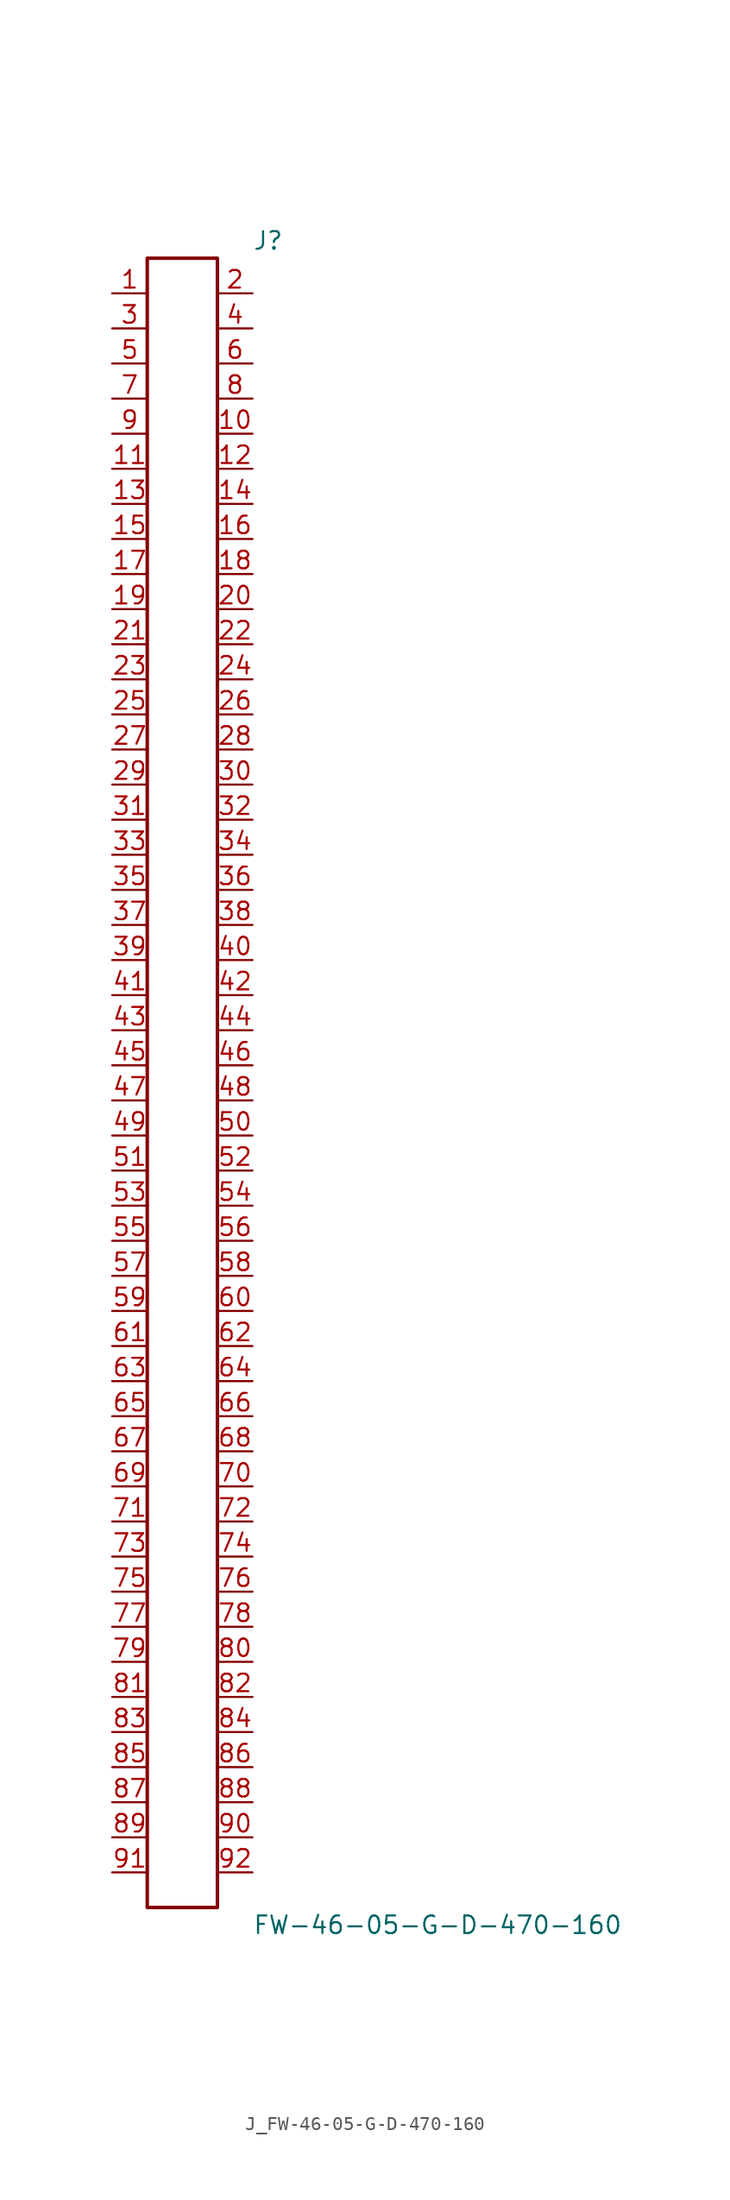
<source format=kicad_sym>
(kicad_symbol_lib
  (version 20231120)
  (generator kicad_symbol_editor)
  (generator_version 8.0)
  (symbol "J_FW-46-05-G-D-470-160"
    (pin_names
      (offset 0.254))
    (property "Reference" "J"
      (at 5.08 60.96 0)
      (effects (font (size 1.27 1.27)) (justify left)))
    (property "Value" "FW-46-05-G-D-470-160"
      (at 5.08 -60.96 0)
      (effects (font (size 1.27 1.27)) (justify left)))
    (symbol "J_FW-46-05-G-D-470-160_0_0"
      (pin unspecified line (at -5.08 57.15 0) (length 2.54) (name "" (effects (font (size 1.27 1.27)))) (number "1" (effects (font (size 1.27 1.27)))))
      (pin unspecified line (at 5.08 57.15 180) (length 2.54) (name "" (effects (font (size 1.27 1.27)))) (number "2" (effects (font (size 1.27 1.27)))))
      (pin unspecified line (at -5.08 54.61 0) (length 2.54) (name "" (effects (font (size 1.27 1.27)))) (number "3" (effects (font (size 1.27 1.27)))))
      (pin unspecified line (at 5.08 54.61 180) (length 2.54) (name "" (effects (font (size 1.27 1.27)))) (number "4" (effects (font (size 1.27 1.27)))))
      (pin unspecified line (at -5.08 52.07 0) (length 2.54) (name "" (effects (font (size 1.27 1.27)))) (number "5" (effects (font (size 1.27 1.27)))))
      (pin unspecified line (at 5.08 52.07 180) (length 2.54) (name "" (effects (font (size 1.27 1.27)))) (number "6" (effects (font (size 1.27 1.27)))))
      (pin unspecified line (at -5.08 49.53 0) (length 2.54) (name "" (effects (font (size 1.27 1.27)))) (number "7" (effects (font (size 1.27 1.27)))))
      (pin unspecified line (at 5.08 49.53 180) (length 2.54) (name "" (effects (font (size 1.27 1.27)))) (number "8" (effects (font (size 1.27 1.27)))))
      (pin unspecified line (at -5.08 46.99 0) (length 2.54) (name "" (effects (font (size 1.27 1.27)))) (number "9" (effects (font (size 1.27 1.27)))))
      (pin unspecified line (at 5.08 46.99 180) (length 2.54) (name "" (effects (font (size 1.27 1.27)))) (number "10" (effects (font (size 1.27 1.27)))))
      (pin unspecified line (at -5.08 44.45 0) (length 2.54) (name "" (effects (font (size 1.27 1.27)))) (number "11" (effects (font (size 1.27 1.27)))))
      (pin unspecified line (at 5.08 44.45 180) (length 2.54) (name "" (effects (font (size 1.27 1.27)))) (number "12" (effects (font (size 1.27 1.27)))))
      (pin unspecified line (at -5.08 41.91 0) (length 2.54) (name "" (effects (font (size 1.27 1.27)))) (number "13" (effects (font (size 1.27 1.27)))))
      (pin unspecified line (at 5.08 41.91 180) (length 2.54) (name "" (effects (font (size 1.27 1.27)))) (number "14" (effects (font (size 1.27 1.27)))))
      (pin unspecified line (at -5.08 39.37 0) (length 2.54) (name "" (effects (font (size 1.27 1.27)))) (number "15" (effects (font (size 1.27 1.27)))))
      (pin unspecified line (at 5.08 39.37 180) (length 2.54) (name "" (effects (font (size 1.27 1.27)))) (number "16" (effects (font (size 1.27 1.27)))))
      (pin unspecified line (at -5.08 36.83 0) (length 2.54) (name "" (effects (font (size 1.27 1.27)))) (number "17" (effects (font (size 1.27 1.27)))))
      (pin unspecified line (at 5.08 36.83 180) (length 2.54) (name "" (effects (font (size 1.27 1.27)))) (number "18" (effects (font (size 1.27 1.27)))))
      (pin unspecified line (at -5.08 34.29 0) (length 2.54) (name "" (effects (font (size 1.27 1.27)))) (number "19" (effects (font (size 1.27 1.27)))))
      (pin unspecified line (at 5.08 34.29 180) (length 2.54) (name "" (effects (font (size 1.27 1.27)))) (number "20" (effects (font (size 1.27 1.27)))))
      (pin unspecified line (at -5.08 31.75 0) (length 2.54) (name "" (effects (font (size 1.27 1.27)))) (number "21" (effects (font (size 1.27 1.27)))))
      (pin unspecified line (at 5.08 31.75 180) (length 2.54) (name "" (effects (font (size 1.27 1.27)))) (number "22" (effects (font (size 1.27 1.27)))))
      (pin unspecified line (at -5.08 29.21 0) (length 2.54) (name "" (effects (font (size 1.27 1.27)))) (number "23" (effects (font (size 1.27 1.27)))))
      (pin unspecified line (at 5.08 29.21 180) (length 2.54) (name "" (effects (font (size 1.27 1.27)))) (number "24" (effects (font (size 1.27 1.27)))))
      (pin unspecified line (at -5.08 26.67 0) (length 2.54) (name "" (effects (font (size 1.27 1.27)))) (number "25" (effects (font (size 1.27 1.27)))))
      (pin unspecified line (at 5.08 26.67 180) (length 2.54) (name "" (effects (font (size 1.27 1.27)))) (number "26" (effects (font (size 1.27 1.27)))))
      (pin unspecified line (at -5.08 24.13 0) (length 2.54) (name "" (effects (font (size 1.27 1.27)))) (number "27" (effects (font (size 1.27 1.27)))))
      (pin unspecified line (at 5.08 24.13 180) (length 2.54) (name "" (effects (font (size 1.27 1.27)))) (number "28" (effects (font (size 1.27 1.27)))))
      (pin unspecified line (at -5.08 21.59 0) (length 2.54) (name "" (effects (font (size 1.27 1.27)))) (number "29" (effects (font (size 1.27 1.27)))))
      (pin unspecified line (at 5.08 21.59 180) (length 2.54) (name "" (effects (font (size 1.27 1.27)))) (number "30" (effects (font (size 1.27 1.27)))))
      (pin unspecified line (at -5.08 19.05 0) (length 2.54) (name "" (effects (font (size 1.27 1.27)))) (number "31" (effects (font (size 1.27 1.27)))))
      (pin unspecified line (at 5.08 19.05 180) (length 2.54) (name "" (effects (font (size 1.27 1.27)))) (number "32" (effects (font (size 1.27 1.27)))))
      (pin unspecified line (at -5.08 16.51 0) (length 2.54) (name "" (effects (font (size 1.27 1.27)))) (number "33" (effects (font (size 1.27 1.27)))))
      (pin unspecified line (at 5.08 16.51 180) (length 2.54) (name "" (effects (font (size 1.27 1.27)))) (number "34" (effects (font (size 1.27 1.27)))))
      (pin unspecified line (at -5.08 13.97 0) (length 2.54) (name "" (effects (font (size 1.27 1.27)))) (number "35" (effects (font (size 1.27 1.27)))))
      (pin unspecified line (at 5.08 13.97 180) (length 2.54) (name "" (effects (font (size 1.27 1.27)))) (number "36" (effects (font (size 1.27 1.27)))))
      (pin unspecified line (at -5.08 11.43 0) (length 2.54) (name "" (effects (font (size 1.27 1.27)))) (number "37" (effects (font (size 1.27 1.27)))))
      (pin unspecified line (at 5.08 11.43 180) (length 2.54) (name "" (effects (font (size 1.27 1.27)))) (number "38" (effects (font (size 1.27 1.27)))))
      (pin unspecified line (at -5.08 8.89 0) (length 2.54) (name "" (effects (font (size 1.27 1.27)))) (number "39" (effects (font (size 1.27 1.27)))))
      (pin unspecified line (at 5.08 8.89 180) (length 2.54) (name "" (effects (font (size 1.27 1.27)))) (number "40" (effects (font (size 1.27 1.27)))))
      (pin unspecified line (at -5.08 6.35 0) (length 2.54) (name "" (effects (font (size 1.27 1.27)))) (number "41" (effects (font (size 1.27 1.27)))))
      (pin unspecified line (at 5.08 6.35 180) (length 2.54) (name "" (effects (font (size 1.27 1.27)))) (number "42" (effects (font (size 1.27 1.27)))))
      (pin unspecified line (at -5.08 3.81 0) (length 2.54) (name "" (effects (font (size 1.27 1.27)))) (number "43" (effects (font (size 1.27 1.27)))))
      (pin unspecified line (at 5.08 3.81 180) (length 2.54) (name "" (effects (font (size 1.27 1.27)))) (number "44" (effects (font (size 1.27 1.27)))))
      (pin unspecified line (at -5.08 1.27 0) (length 2.54) (name "" (effects (font (size 1.27 1.27)))) (number "45" (effects (font (size 1.27 1.27)))))
      (pin unspecified line (at 5.08 1.27 180) (length 2.54) (name "" (effects (font (size 1.27 1.27)))) (number "46" (effects (font (size 1.27 1.27)))))
      (pin unspecified line (at -5.08 -1.27 0) (length 2.54) (name "" (effects (font (size 1.27 1.27)))) (number "47" (effects (font (size 1.27 1.27)))))
      (pin unspecified line (at 5.08 -1.27 180) (length 2.54) (name "" (effects (font (size 1.27 1.27)))) (number "48" (effects (font (size 1.27 1.27)))))
      (pin unspecified line (at -5.08 -3.81 0) (length 2.54) (name "" (effects (font (size 1.27 1.27)))) (number "49" (effects (font (size 1.27 1.27)))))
      (pin unspecified line (at 5.08 -3.81 180) (length 2.54) (name "" (effects (font (size 1.27 1.27)))) (number "50" (effects (font (size 1.27 1.27)))))
      (pin unspecified line (at -5.08 -6.35 0) (length 2.54) (name "" (effects (font (size 1.27 1.27)))) (number "51" (effects (font (size 1.27 1.27)))))
      (pin unspecified line (at 5.08 -6.35 180) (length 2.54) (name "" (effects (font (size 1.27 1.27)))) (number "52" (effects (font (size 1.27 1.27)))))
      (pin unspecified line (at -5.08 -8.89 0) (length 2.54) (name "" (effects (font (size 1.27 1.27)))) (number "53" (effects (font (size 1.27 1.27)))))
      (pin unspecified line (at 5.08 -8.89 180) (length 2.54) (name "" (effects (font (size 1.27 1.27)))) (number "54" (effects (font (size 1.27 1.27)))))
      (pin unspecified line (at -5.08 -11.43 0) (length 2.54) (name "" (effects (font (size 1.27 1.27)))) (number "55" (effects (font (size 1.27 1.27)))))
      (pin unspecified line (at 5.08 -11.43 180) (length 2.54) (name "" (effects (font (size 1.27 1.27)))) (number "56" (effects (font (size 1.27 1.27)))))
      (pin unspecified line (at -5.08 -13.97 0) (length 2.54) (name "" (effects (font (size 1.27 1.27)))) (number "57" (effects (font (size 1.27 1.27)))))
      (pin unspecified line (at 5.08 -13.97 180) (length 2.54) (name "" (effects (font (size 1.27 1.27)))) (number "58" (effects (font (size 1.27 1.27)))))
      (pin unspecified line (at -5.08 -16.51 0) (length 2.54) (name "" (effects (font (size 1.27 1.27)))) (number "59" (effects (font (size 1.27 1.27)))))
      (pin unspecified line (at 5.08 -16.51 180) (length 2.54) (name "" (effects (font (size 1.27 1.27)))) (number "60" (effects (font (size 1.27 1.27)))))
      (pin unspecified line (at -5.08 -19.05 0) (length 2.54) (name "" (effects (font (size 1.27 1.27)))) (number "61" (effects (font (size 1.27 1.27)))))
      (pin unspecified line (at 5.08 -19.05 180) (length 2.54) (name "" (effects (font (size 1.27 1.27)))) (number "62" (effects (font (size 1.27 1.27)))))
      (pin unspecified line (at -5.08 -21.59 0) (length 2.54) (name "" (effects (font (size 1.27 1.27)))) (number "63" (effects (font (size 1.27 1.27)))))
      (pin unspecified line (at 5.08 -21.59 180) (length 2.54) (name "" (effects (font (size 1.27 1.27)))) (number "64" (effects (font (size 1.27 1.27)))))
      (pin unspecified line (at -5.08 -24.13 0) (length 2.54) (name "" (effects (font (size 1.27 1.27)))) (number "65" (effects (font (size 1.27 1.27)))))
      (pin unspecified line (at 5.08 -24.13 180) (length 2.54) (name "" (effects (font (size 1.27 1.27)))) (number "66" (effects (font (size 1.27 1.27)))))
      (pin unspecified line (at -5.08 -26.67 0) (length 2.54) (name "" (effects (font (size 1.27 1.27)))) (number "67" (effects (font (size 1.27 1.27)))))
      (pin unspecified line (at 5.08 -26.67 180) (length 2.54) (name "" (effects (font (size 1.27 1.27)))) (number "68" (effects (font (size 1.27 1.27)))))
      (pin unspecified line (at -5.08 -29.21 0) (length 2.54) (name "" (effects (font (size 1.27 1.27)))) (number "69" (effects (font (size 1.27 1.27)))))
      (pin unspecified line (at 5.08 -29.21 180) (length 2.54) (name "" (effects (font (size 1.27 1.27)))) (number "70" (effects (font (size 1.27 1.27)))))
      (pin unspecified line (at -5.08 -31.75 0) (length 2.54) (name "" (effects (font (size 1.27 1.27)))) (number "71" (effects (font (size 1.27 1.27)))))
      (pin unspecified line (at 5.08 -31.75 180) (length 2.54) (name "" (effects (font (size 1.27 1.27)))) (number "72" (effects (font (size 1.27 1.27)))))
      (pin unspecified line (at -5.08 -34.29 0) (length 2.54) (name "" (effects (font (size 1.27 1.27)))) (number "73" (effects (font (size 1.27 1.27)))))
      (pin unspecified line (at 5.08 -34.29 180) (length 2.54) (name "" (effects (font (size 1.27 1.27)))) (number "74" (effects (font (size 1.27 1.27)))))
      (pin unspecified line (at -5.08 -36.83 0) (length 2.54) (name "" (effects (font (size 1.27 1.27)))) (number "75" (effects (font (size 1.27 1.27)))))
      (pin unspecified line (at 5.08 -36.83 180) (length 2.54) (name "" (effects (font (size 1.27 1.27)))) (number "76" (effects (font (size 1.27 1.27)))))
      (pin unspecified line (at -5.08 -39.37 0) (length 2.54) (name "" (effects (font (size 1.27 1.27)))) (number "77" (effects (font (size 1.27 1.27)))))
      (pin unspecified line (at 5.08 -39.37 180) (length 2.54) (name "" (effects (font (size 1.27 1.27)))) (number "78" (effects (font (size 1.27 1.27)))))
      (pin unspecified line (at -5.08 -41.91 0) (length 2.54) (name "" (effects (font (size 1.27 1.27)))) (number "79" (effects (font (size 1.27 1.27)))))
      (pin unspecified line (at 5.08 -41.91 180) (length 2.54) (name "" (effects (font (size 1.27 1.27)))) (number "80" (effects (font (size 1.27 1.27)))))
      (pin unspecified line (at -5.08 -44.45 0) (length 2.54) (name "" (effects (font (size 1.27 1.27)))) (number "81" (effects (font (size 1.27 1.27)))))
      (pin unspecified line (at 5.08 -44.45 180) (length 2.54) (name "" (effects (font (size 1.27 1.27)))) (number "82" (effects (font (size 1.27 1.27)))))
      (pin unspecified line (at -5.08 -46.99 0) (length 2.54) (name "" (effects (font (size 1.27 1.27)))) (number "83" (effects (font (size 1.27 1.27)))))
      (pin unspecified line (at 5.08 -46.99 180) (length 2.54) (name "" (effects (font (size 1.27 1.27)))) (number "84" (effects (font (size 1.27 1.27)))))
      (pin unspecified line (at -5.08 -49.53 0) (length 2.54) (name "" (effects (font (size 1.27 1.27)))) (number "85" (effects (font (size 1.27 1.27)))))
      (pin unspecified line (at 5.08 -49.53 180) (length 2.54) (name "" (effects (font (size 1.27 1.27)))) (number "86" (effects (font (size 1.27 1.27)))))
      (pin unspecified line (at -5.08 -52.07 0) (length 2.54) (name "" (effects (font (size 1.27 1.27)))) (number "87" (effects (font (size 1.27 1.27)))))
      (pin unspecified line (at 5.08 -52.07 180) (length 2.54) (name "" (effects (font (size 1.27 1.27)))) (number "88" (effects (font (size 1.27 1.27)))))
      (pin unspecified line (at -5.08 -54.61 0) (length 2.54) (name "" (effects (font (size 1.27 1.27)))) (number "89" (effects (font (size 1.27 1.27)))))
      (pin unspecified line (at 5.08 -54.61 180) (length 2.54) (name "" (effects (font (size 1.27 1.27)))) (number "90" (effects (font (size 1.27 1.27)))))
      (pin unspecified line (at -5.08 -57.15 0) (length 2.54) (name "" (effects (font (size 1.27 1.27)))) (number "91" (effects (font (size 1.27 1.27)))))
      (pin unspecified line (at 5.08 -57.15 180) (length 2.54) (name "" (effects (font (size 1.27 1.27)))) (number "92" (effects (font (size 1.27 1.27))))))
    (symbol "J_FW-46-05-G-D-470-160_1_0"
      (rectangle (start -2.54 59.69) (end 2.54 -59.69) (stroke (width 0.254) (type solid)) (fill (type none))))))
</source>
